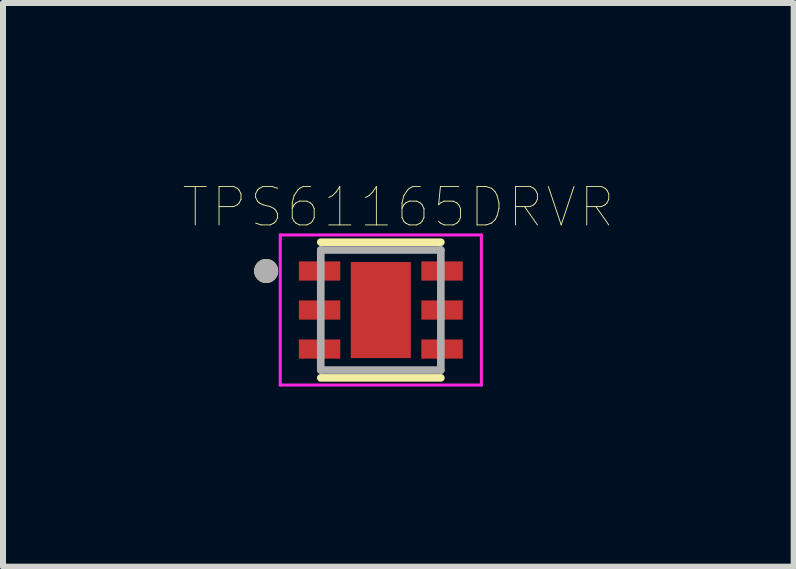
<source format=kicad_pcb>
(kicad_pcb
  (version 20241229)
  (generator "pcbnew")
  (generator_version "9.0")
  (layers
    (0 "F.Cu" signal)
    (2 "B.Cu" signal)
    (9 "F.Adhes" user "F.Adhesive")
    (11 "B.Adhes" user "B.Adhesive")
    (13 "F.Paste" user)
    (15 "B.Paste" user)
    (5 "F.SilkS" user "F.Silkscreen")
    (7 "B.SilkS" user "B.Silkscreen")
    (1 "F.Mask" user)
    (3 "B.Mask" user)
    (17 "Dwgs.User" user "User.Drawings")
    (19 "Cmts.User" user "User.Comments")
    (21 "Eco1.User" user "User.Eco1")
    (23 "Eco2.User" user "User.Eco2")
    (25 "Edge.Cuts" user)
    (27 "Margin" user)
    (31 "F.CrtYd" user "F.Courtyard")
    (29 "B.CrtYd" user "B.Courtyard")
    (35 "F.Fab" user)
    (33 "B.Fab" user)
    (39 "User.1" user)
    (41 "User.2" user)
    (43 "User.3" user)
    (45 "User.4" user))
  (footprint "TPS61165DRVR"
    (layer "F.Cu")
    (at 3.293 2.114)
    (property "Reference" "TPS61165DRVR" (at 0.292 -1.713 0) (layer "F.SilkS") (effects (font (size 0.64 0.64) (thickness 0.015))))
    (attr through_hole)
    (fp_line (start -1 -1.13) (end 1 -1.13) (stroke (width 0.127) (type solid)) (layer "F.SilkS"))
    (fp_line (start -1 1.13) (end 1 1.13) (stroke (width 0.127) (type solid)) (layer "F.SilkS"))
    (fp_circle (center -1.91 -0.65) (end -1.81 -0.65) (stroke (width 0.2) (type solid)) (fill no) (layer "F.SilkS"))
    (fp_poly (pts (xy -0.316 -0.506) (xy 0.316 -0.506) (xy 0.316 0.506) (xy -0.316 0.506)) (stroke (width 0.01) (type solid)) (fill yes) (layer "F.Paste"))
    (fp_line (start -1.675 -1.25) (end -1.675 1.25) (stroke (width 0.05) (type solid)) (layer "F.CrtYd"))
    (fp_line (start -1.675 -1.25) (end 1.675 -1.25) (stroke (width 0.05) (type solid)) (layer "F.CrtYd"))
    (fp_line (start -1.675 1.25) (end 1.675 1.25) (stroke (width 0.05) (type solid)) (layer "F.CrtYd"))
    (fp_line (start 1.675 -1.25) (end 1.675 1.25) (stroke (width 0.05) (type solid)) (layer "F.CrtYd"))
    (fp_line (start -1 -1) (end -1 1) (stroke (width 0.127) (type solid)) (layer "F.Fab"))
    (fp_line (start -1 -1) (end 1 -1) (stroke (width 0.127) (type solid)) (layer "F.Fab"))
    (fp_line (start -1 1) (end 1 1) (stroke (width 0.127) (type solid)) (layer "F.Fab"))
    (fp_line (start 1 -1) (end 1 1) (stroke (width 0.127) (type solid)) (layer "F.Fab"))
    (fp_circle (center -1.91 -0.65) (end -1.81 -0.65) (stroke (width 0.2) (type solid)) (fill no) (layer "F.Fab"))
    (pad "1" smd rect (at -1.02 -0.65) (size 0.69 0.32) (layers "F.Cu" "F.Mask" "F.Paste"))
    (pad "2" smd rect (at -1.02 0) (size 0.69 0.32) (layers "F.Cu" "F.Mask" "F.Paste"))
    (pad "3" smd rect (at -1.02 0.65) (size 0.69 0.32) (layers "F.Cu" "F.Mask" "F.Paste"))
    (pad "4" smd rect (at 1.02 0.65) (size 0.69 0.32) (layers "F.Cu" "F.Mask" "F.Paste"))
    (pad "5" smd rect (at 1.02 0) (size 0.69 0.32) (layers "F.Cu" "F.Mask" "F.Paste"))
    (pad "6" smd rect (at 1.02 -0.65) (size 0.69 0.32) (layers "F.Cu" "F.Mask" "F.Paste"))
    (pad "7" smd rect (at 0 0) (size 1 1.6) (layers "F.Cu" "F.Mask")))
  (gr_rect
    (start -3 -3)
    (end 10.17 6.389)
    (stroke (width 0.1) (type default))
    (fill no)
    (layer "Edge.Cuts")))
</source>
